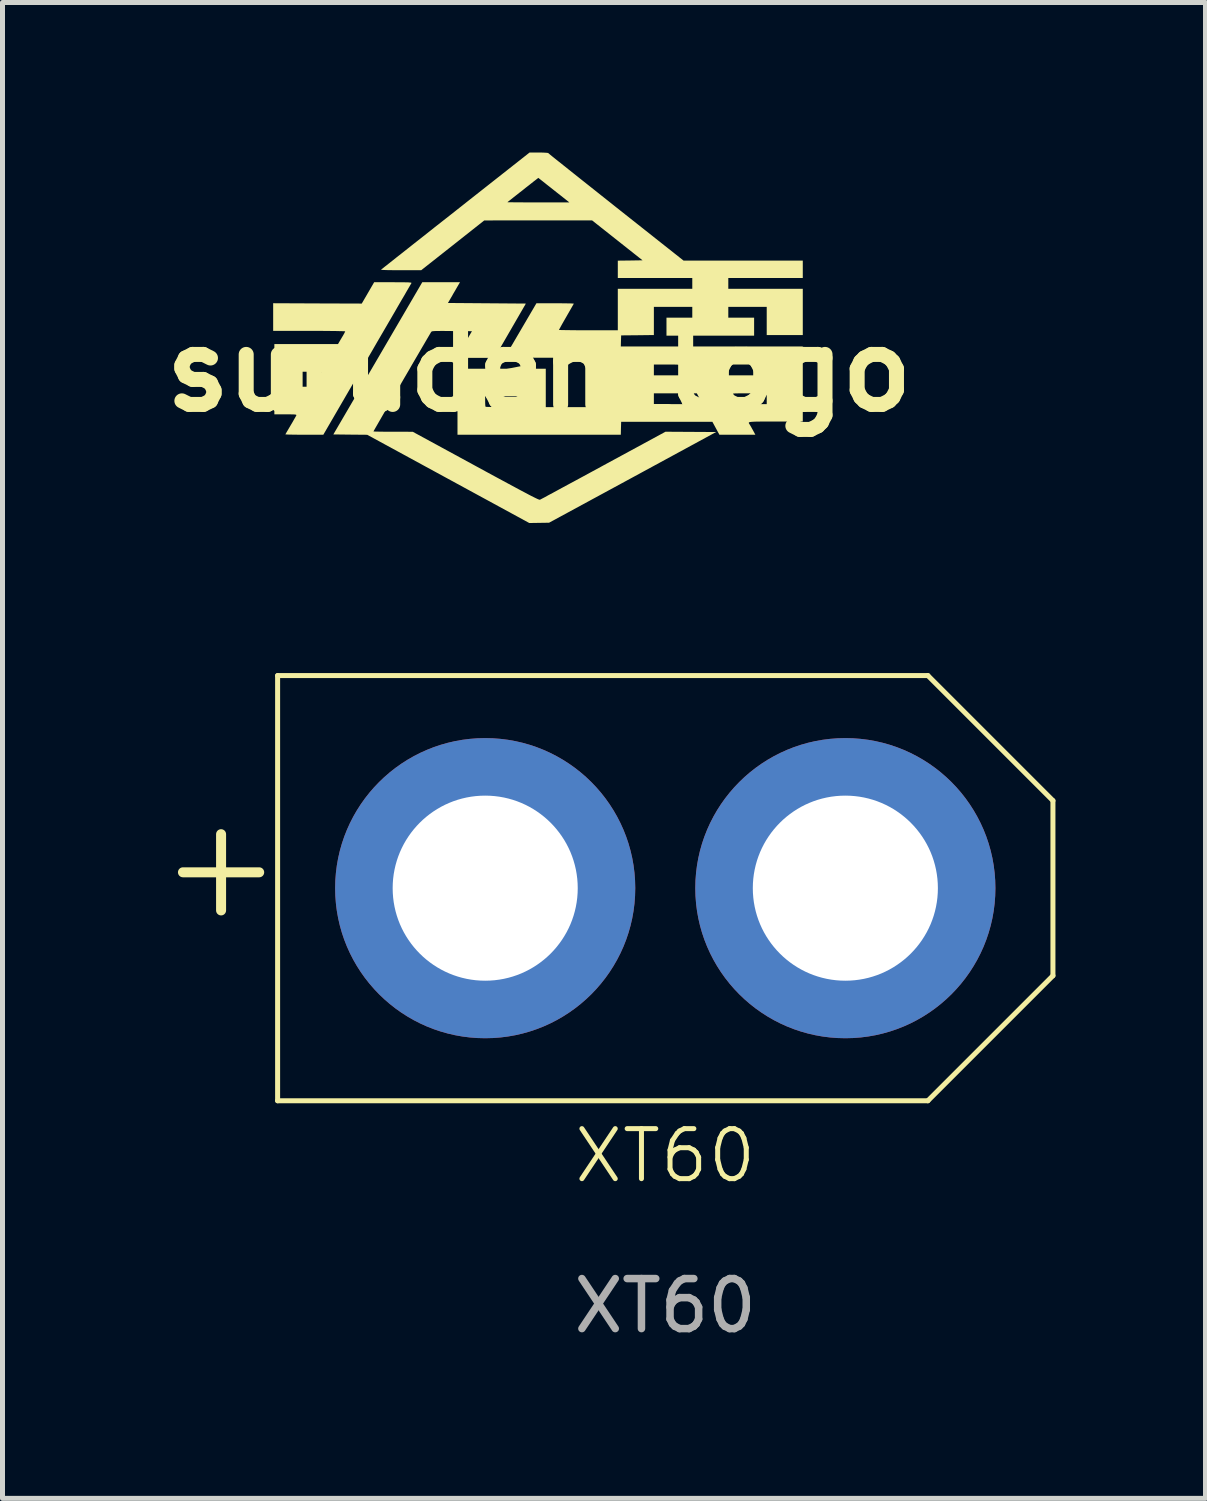
<source format=kicad_pcb>
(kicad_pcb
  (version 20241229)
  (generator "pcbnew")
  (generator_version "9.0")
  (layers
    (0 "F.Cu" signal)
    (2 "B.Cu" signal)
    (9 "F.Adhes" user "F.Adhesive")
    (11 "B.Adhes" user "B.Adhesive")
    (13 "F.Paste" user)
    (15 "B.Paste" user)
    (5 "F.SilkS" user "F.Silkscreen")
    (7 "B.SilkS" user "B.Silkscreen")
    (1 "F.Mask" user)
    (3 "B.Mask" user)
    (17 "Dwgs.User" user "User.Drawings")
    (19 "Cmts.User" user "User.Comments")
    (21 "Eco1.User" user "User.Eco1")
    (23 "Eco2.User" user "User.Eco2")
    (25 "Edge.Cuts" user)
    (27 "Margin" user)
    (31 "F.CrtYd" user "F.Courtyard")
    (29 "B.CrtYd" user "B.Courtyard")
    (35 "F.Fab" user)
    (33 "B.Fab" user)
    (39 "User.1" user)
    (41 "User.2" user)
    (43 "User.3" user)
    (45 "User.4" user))
  (footprint "XT60"
    (layer "F.Cu")
    (at 10.25 18.756)
    (property "Reference" "XT60" (at 0 1.3 0) (unlocked yes) (layer "F.SilkS") (effects (font (size 1 1) (thickness 0.1))))
    (attr through_hole)
    (fp_line (start -7.75 -8.3) (end 5.25 -8.3) (stroke (width 0.1) (type default)) (layer "F.SilkS"))
    (fp_line (start -7.75 0.2) (end -7.75 -8.3) (stroke (width 0.1) (type default)) (layer "F.SilkS"))
    (fp_line (start -7.75 0.2) (end 5.25 0.2) (stroke (width 0.1) (type default)) (layer "F.SilkS"))
    (fp_line (start 5.25 -8.3) (end 7.75 -5.8) (stroke (width 0.1) (type default)) (layer "F.SilkS"))
    (fp_line (start 5.25 0.2) (end 7.75 -2.3) (stroke (width 0.1) (type default)) (layer "F.SilkS"))
    (fp_line (start 7.75 -5.8) (end 7.75 -2.3) (stroke (width 0.1) (type default)) (layer "F.SilkS"))
    (fp_text user "+" (at -10.25 -3.35 0) (unlocked yes) (layer "F.SilkS") (effects (font (size 2 2) (thickness 0.2)) (justify left bottom)))
    (fp_text user "${REFERENCE}" (at 0 4.3 0) (unlocked yes) (layer "F.Fab") (effects (font (size 1 1) (thickness 0.15))))
    (pad "1" thru_hole circle (at -3.6 -4.05) (size 6 6) (drill 3.7) (layers "*.Cu" "*.Mask"))
    (pad "2" thru_hole circle (at 3.6 -4.05) (size 6 6) (drill 3.7) (layers "*.Cu" "*.Mask")))
  (footprint "suruden_logo"
    (layer "F.Cu")
    (at 7.729 4.357)
    (property "Reference" "suruden_logo" (at 0 0 0) (layer "F.SilkS") (effects (font (size 1.5 1.5) (thickness 0.3))))
    (attr board_only exclude_from_pos_files exclude_from_bom)
    (fp_poly (pts (xy -2.814 -1.764) (xy -2.729 -1.764) (xy -2.664 -1.763) (xy -2.616 -1.762) (xy -2.583 -1.759) (xy -2.563 -1.757) (xy -2.554 -1.753) (xy -2.553 -1.748) (xy -2.553 -1.748) (xy -2.56 -1.736) (xy -2.579 -1.704) (xy -2.608 -1.654) (xy -2.647 -1.587) (xy -2.695 -1.503) (xy -2.753 -1.405) (xy -2.818 -1.293) (xy -2.89 -1.168) (xy -2.969 -1.032) (xy -3.054 -0.886) (xy -3.145 -0.73) (xy -3.24 -0.567) (xy -3.338 -0.397) (xy -3.439 -0.224) (xy -4.315 1.284) (xy -4.697 1.284) (xy -4.79 1.284) (xy -4.874 1.283) (xy -4.947 1.282) (xy -5.006 1.281) (xy -5.048 1.279) (xy -5.071 1.277) (xy -5.074 1.275) (xy -5.066 1.263) (xy -5.049 1.233) (xy -5.023 1.189) (xy -4.992 1.136) (xy -4.965 1.09) (xy -4.93 1.031) (xy -4.9 0.978) (xy -4.875 0.935) (xy -4.859 0.905) (xy -4.854 0.895) (xy -4.854 0.889) (xy -4.861 0.884) (xy -4.878 0.88) (xy -4.908 0.878) (xy -4.955 0.877) (xy -5.021 0.876) (xy -5.07 0.876) (xy -5.294 0.876) (xy -5.294 0.174) (xy -5.294 0.024) (xy -4.729 0.024) (xy -4.729 0.174) (xy -4.729 0.324) (xy -4.624 0.324) (xy -4.519 0.324) (xy -4.438 0.187) (xy -4.408 0.135) (xy -4.383 0.09) (xy -4.366 0.056) (xy -4.358 0.038) (xy -4.357 0.037) (xy -4.369 0.031) (xy -4.404 0.027) (xy -4.462 0.025) (xy -4.541 0.024) (xy -4.543 0.024) (xy -4.729 0.024) (xy -5.294 0.024) (xy -5.294 -0.528) (xy -4.658 -0.528) (xy -4.022 -0.528) (xy -3.95 -0.651) (xy -3.921 -0.699) (xy -3.898 -0.74) (xy -3.883 -0.77) (xy -3.877 -0.783) (xy -3.889 -0.784) (xy -3.922 -0.786) (xy -3.976 -0.787) (xy -4.047 -0.789) (xy -4.134 -0.79) (xy -4.235 -0.791) (xy -4.347 -0.792) (xy -4.468 -0.792) (xy -4.597 -0.792) (xy -4.597 -0.792) (xy -5.318 -0.792) (xy -5.318 -1.068) (xy -5.318 -1.345) (xy -4.432 -1.341) (xy -3.547 -1.338) (xy -3.423 -1.551) (xy -3.299 -1.765) (xy -2.921 -1.765)) (stroke (width 0) (type solid)) (fill yes) (layer "F.SilkS"))
    (fp_poly (pts (xy -1.613 -1.714) (xy -1.63 -1.685) (xy -1.656 -1.64) (xy -1.687 -1.586) (xy -1.722 -1.527) (xy -1.733 -1.506) (xy -1.824 -1.35) (xy -1.045 -1.344) (xy -0.266 -1.338) (xy -0.58 -0.795) (xy -0.894 -0.252) (xy -1.276 -0.252) (xy -1.658 -0.252) (xy -1.634 -0.292) (xy -1.62 -0.315) (xy -1.597 -0.354) (xy -1.566 -0.407) (xy -1.529 -0.469) (xy -1.49 -0.537) (xy -1.476 -0.56) (xy -1.344 -0.786) (xy -1.743 -0.789) (xy -1.852 -0.79) (xy -1.94 -0.791) (xy -2.008 -0.79) (xy -2.06 -0.79) (xy -2.097 -0.788) (xy -2.124 -0.786) (xy -2.141 -0.783) (xy -2.151 -0.778) (xy -2.157 -0.773) (xy -2.158 -0.771) (xy -2.167 -0.758) (xy -2.186 -0.725) (xy -2.215 -0.676) (xy -2.253 -0.611) (xy -2.299 -0.532) (xy -2.352 -0.442) (xy -2.41 -0.342) (xy -2.474 -0.233) (xy -2.541 -0.118) (xy -2.61 0.002) (xy -2.682 0.125) (xy -2.754 0.249) (xy -2.826 0.374) (xy -2.897 0.496) (xy -2.966 0.614) (xy -3.031 0.726) (xy -3.092 0.832) (xy -3.147 0.928) (xy -3.196 1.013) (xy -3.238 1.086) (xy -3.272 1.145) (xy -3.296 1.187) (xy -3.31 1.212) (xy -3.313 1.218) (xy -3.302 1.219) (xy -3.269 1.221) (xy -3.218 1.222) (xy -3.151 1.223) (xy -3.071 1.224) (xy -2.982 1.224) (xy -2.92 1.224) (xy -2.527 1.225) (xy -1.268 1.91) (xy -1.075 2.015) (xy -0.902 2.109) (xy -0.748 2.192) (xy -0.611 2.266) (xy -0.492 2.33) (xy -0.388 2.386) (xy -0.299 2.433) (xy -0.224 2.473) (xy -0.161 2.506) (xy -0.109 2.532) (xy -0.068 2.552) (xy -0.037 2.567) (xy -0.013 2.577) (xy 0.003 2.582) (xy 0.013 2.584) (xy 0.017 2.583) (xy 0.03 2.576) (xy 0.064 2.558) (xy 0.116 2.531) (xy 0.184 2.493) (xy 0.269 2.448) (xy 0.368 2.394) (xy 0.48 2.333) (xy 0.604 2.266) (xy 0.738 2.194) (xy 0.882 2.116) (xy 1.033 2.034) (xy 1.19 1.949) (xy 1.283 1.898) (xy 2.525 1.224) (xy 3.031 1.227) (xy 3.537 1.23) (xy 1.868 2.137) (xy 0.198 3.043) (xy 0 3.046) (xy -0.198 3.049) (xy -1.818 2.167) (xy -3.438 1.285) (xy -3.777 1.282) (xy -4.115 1.278) (xy -3.226 -0.243) (xy -2.337 -1.765) (xy -1.96 -1.765) (xy -1.583 -1.765)) (stroke (width 0) (type solid)) (fill yes) (layer "F.SilkS"))
    (fp_poly (pts (xy 0.056 -4.357) (xy 0.111 -4.355) (xy 0.153 -4.352) (xy 0.178 -4.349) (xy 0.182 -4.346) (xy 0.192 -4.338) (xy 0.219 -4.315) (xy 0.263 -4.279) (xy 0.323 -4.231) (xy 0.398 -4.171) (xy 0.486 -4.101) (xy 0.586 -4.021) (xy 0.698 -3.932) (xy 0.821 -3.834) (xy 0.952 -3.73) (xy 1.092 -3.619) (xy 1.239 -3.502) (xy 1.393 -3.38) (xy 1.536 -3.266) (xy 2.887 -2.197) (xy 4.078 -2.197) (xy 5.27 -2.197) (xy 5.27 -2.023) (xy 5.27 -1.849) (xy 4.525 -1.849) (xy 3.781 -1.849) (xy 3.781 -1.741) (xy 3.781 -1.633) (xy 4.525 -1.633) (xy 5.27 -1.633) (xy 5.27 -1.17) (xy 5.27 -0.708) (xy 4.91 -0.708) (xy 4.549 -0.708) (xy 4.549 -0.99) (xy 4.549 -1.272) (xy 4.165 -1.272) (xy 3.781 -1.272) (xy 3.781 -1.164) (xy 3.781 -1.056) (xy 4.039 -1.056) (xy 4.297 -1.056) (xy 4.297 -0.876) (xy 4.297 -0.696) (xy 3.421 -0.696) (xy 2.545 -0.696) (xy 2.545 -0.876) (xy 2.545 -1.056) (xy 2.803 -1.056) (xy 3.061 -1.056) (xy 3.061 -1.164) (xy 3.061 -1.272) (xy 2.677 -1.272) (xy 2.293 -1.272) (xy 2.293 -0.991) (xy 2.293 -0.709) (xy 1.966 -0.705) (xy 1.639 -0.702) (xy 1.635 -0.591) (xy 1.632 -0.48) (xy 3.451 -0.48) (xy 5.27 -0.48) (xy 5.27 0.27) (xy 5.27 1.02) (xy 4.729 1.02) (xy 4.599 1.02) (xy 4.491 1.02) (xy 4.402 1.021) (xy 4.332 1.022) (xy 4.279 1.024) (xy 4.24 1.027) (xy 4.214 1.03) (xy 4.198 1.036) (xy 4.191 1.042) (xy 4.191 1.051) (xy 4.196 1.061) (xy 4.205 1.074) (xy 4.205 1.075) (xy 4.218 1.096) (xy 4.239 1.132) (xy 4.263 1.176) (xy 4.272 1.191) (xy 4.322 1.284) (xy 3.962 1.284) (xy 3.603 1.284) (xy 3.533 1.155) (xy 3.463 1.026) (xy 2.551 1.026) (xy 1.639 1.026) (xy 1.635 1.155) (xy 1.632 1.284) (xy -0.000406 1.284) (xy -1.633 1.284) (xy -1.633 0.624) (xy -1.633 0.516) (xy -1.08 0.516) (xy -1.08 0.616) (xy -1.079 0.663) (xy -1.077 0.7) (xy -1.073 0.722) (xy -1.072 0.724) (xy -1.058 0.727) (xy -1.024 0.728) (xy -0.972 0.729) (xy -0.906 0.73) (xy -0.829 0.73) (xy -0.751 0.729) (xy -0.438 0.726) (xy -0.435 0.621) (xy -0.431 0.516) (xy -0.756 0.516) (xy -1.08 0.516) (xy -1.633 0.516) (xy -1.633 -0.036) (xy -0.75 -0.036) (xy 0.132 -0.036) (xy 0.132 0.348) (xy 0.132 0.732) (xy 0.6 0.732) (xy 1.068 0.732) (xy 1.068 0.456) (xy 2.293 0.456) (xy 2.293 0.564) (xy 2.293 0.672) (xy 2.78 0.672) (xy 3.267 0.672) (xy 3.209 0.564) (xy 3.154 0.461) (xy 3.877 0.461) (xy 3.882 0.473) (xy 3.897 0.501) (xy 3.917 0.541) (xy 3.932 0.569) (xy 3.987 0.672) (xy 4.268 0.672) (xy 4.549 0.672) (xy 4.549 0.564) (xy 4.549 0.456) (xy 4.213 0.456) (xy 4.126 0.456) (xy 4.048 0.457) (xy 3.98 0.457) (xy 3.928 0.458) (xy 3.892 0.459) (xy 3.877 0.461) (xy 3.877 0.461) (xy 3.154 0.461) (xy 3.151 0.456) (xy 2.722 0.456) (xy 2.293 0.456) (xy 1.068 0.456) (xy 1.068 0.24) (xy 1.068 -0.12) (xy 2.293 -0.12) (xy 2.293 -0.012) (xy 2.293 0.096) (xy 2.623 0.096) (xy 2.954 0.096) (xy 2.903 0.003) (xy 2.879 -0.041) (xy 2.858 -0.077) (xy 2.844 -0.101) (xy 2.841 -0.105) (xy 2.831 -0.11) (xy 2.807 -0.114) (xy 2.766 -0.117) (xy 2.708 -0.119) (xy 2.63 -0.12) (xy 2.561 -0.12) (xy 3.553 -0.12) (xy 3.569 -0.093) (xy 3.583 -0.069) (xy 3.604 -0.032) (xy 3.628 0.011) (xy 3.63 0.015) (xy 3.674 0.096) (xy 4.112 0.096) (xy 4.549 0.096) (xy 4.549 -0.012) (xy 4.549 -0.12) (xy 4.051 -0.12) (xy 3.553 -0.12) (xy 2.561 -0.12) (xy 2.293 -0.12) (xy 1.068 -0.12) (xy 1.068 -0.252) (xy 0.189 -0.255) (xy -0.691 -0.258) (xy -0.373 -0.801) (xy -0.055 -1.344) (xy 0.322 -1.344) (xy 0.413 -1.344) (xy 0.497 -1.343) (xy 0.569 -1.342) (xy 0.627 -1.341) (xy 0.669 -1.339) (xy 0.69 -1.337) (xy 0.693 -1.335) (xy 0.685 -1.323) (xy 0.668 -1.293) (xy 0.642 -1.247) (xy 0.609 -1.19) (xy 0.571 -1.124) (xy 0.542 -1.073) (xy 0.501 -1.002) (xy 0.465 -0.939) (xy 0.435 -0.885) (xy 0.413 -0.844) (xy 0.399 -0.819) (xy 0.396 -0.812) (xy 0.408 -0.81) (xy 0.441 -0.809) (xy 0.494 -0.808) (xy 0.564 -0.807) (xy 0.648 -0.806) (xy 0.746 -0.805) (xy 0.853 -0.804) (xy 0.968 -0.804) (xy 0.984 -0.804) (xy 1.572 -0.804) (xy 1.572 -1.218) (xy 1.572 -1.633) (xy 2.317 -1.633) (xy 3.061 -1.633) (xy 3.061 -1.741) (xy 3.061 -1.849) (xy 2.317 -1.849) (xy 1.572 -1.849) (xy 1.572 -2.022) (xy 1.572 -2.196) (xy 1.819 -2.199) (xy 2.066 -2.203) (xy 1.562 -2.602) (xy 1.058 -3.001) (xy -0.02 -3.001) (xy -1.098 -3) (xy -1.728 -2.502) (xy -2.358 -2.005) (xy -2.766 -2.005) (xy -2.863 -2.005) (xy -2.951 -2.006) (xy -3.027 -2.007) (xy -3.089 -2.009) (xy -3.133 -2.011) (xy -3.158 -2.013) (xy -3.162 -2.015) (xy -3.152 -2.023) (xy -3.123 -2.046) (xy -3.078 -2.082) (xy -3.017 -2.13) (xy -2.941 -2.19) (xy -2.852 -2.261) (xy -2.75 -2.341) (xy -2.636 -2.431) (xy -2.511 -2.53) (xy -2.376 -2.636) (xy -2.233 -2.749) (xy -2.083 -2.868) (xy -1.925 -2.992) (xy -1.762 -3.12) (xy -1.672 -3.191) (xy -1.452 -3.365) (xy -0.635 -3.365) (xy -0.625 -3.364) (xy -0.592 -3.364) (xy -0.54 -3.363) (xy -0.471 -3.362) (xy -0.386 -3.362) (xy -0.289 -3.361) (xy -0.18 -3.361) (xy -0.063 -3.361) (xy -0.019 -3.361) (xy 0.603 -3.361) (xy 0.425 -3.502) (xy 0.356 -3.556) (xy 0.283 -3.614) (xy 0.211 -3.671) (xy 0.147 -3.721) (xy 0.115 -3.747) (xy -0.017 -3.851) (xy -0.059 -3.818) (xy -0.077 -3.804) (xy -0.11 -3.779) (xy -0.154 -3.744) (xy -0.208 -3.701) (xy -0.269 -3.654) (xy -0.332 -3.603) (xy -0.397 -3.553) (xy -0.459 -3.504) (xy -0.516 -3.459) (xy -0.565 -3.42) (xy -0.603 -3.39) (xy -0.628 -3.371) (xy -0.635 -3.365) (xy -1.452 -3.365) (xy -0.193 -4.357) (xy -0.008 -4.357)) (stroke (width 0) (type solid)) (fill yes) (layer "F.SilkS")))
  (gr_rect
    (start -3 -3)
    (end 21.05 26.905)
    (stroke (width 0.1) (type default))
    (fill no)
    (layer "Edge.Cuts")))
</source>
